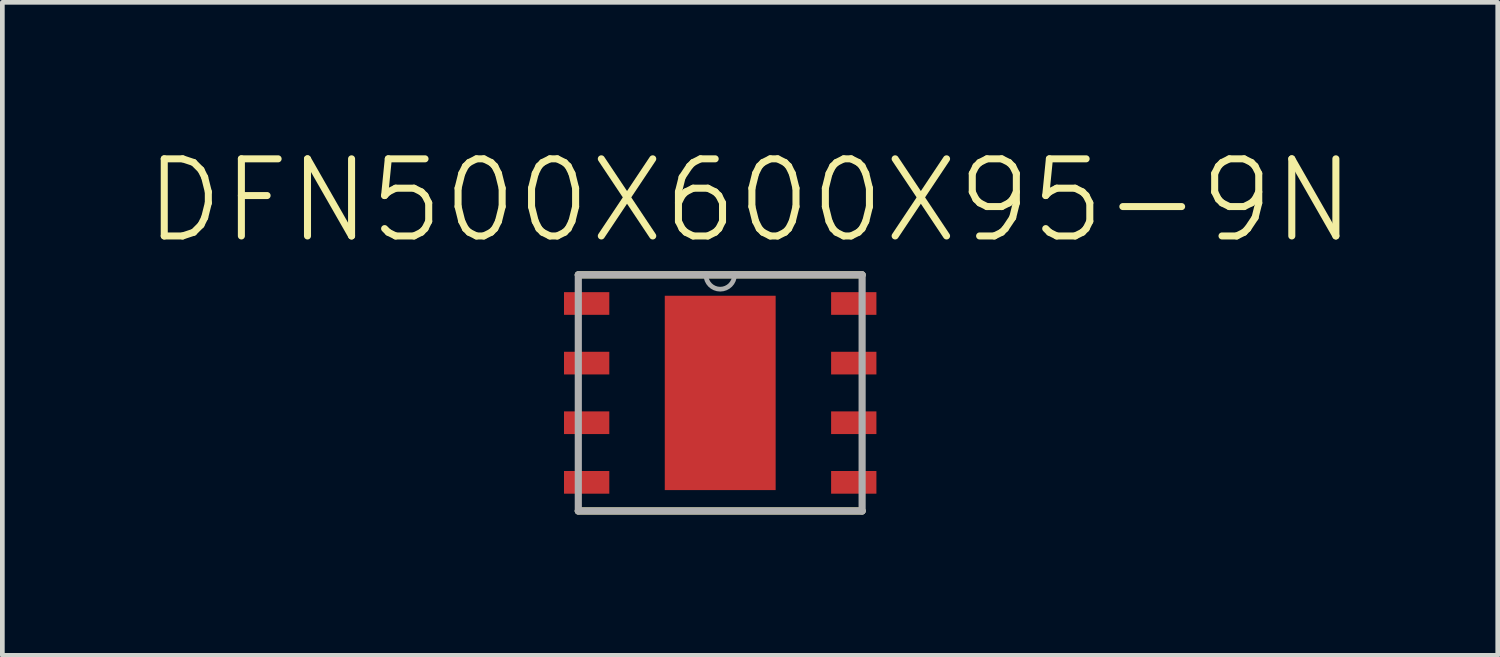
<source format=kicad_pcb>
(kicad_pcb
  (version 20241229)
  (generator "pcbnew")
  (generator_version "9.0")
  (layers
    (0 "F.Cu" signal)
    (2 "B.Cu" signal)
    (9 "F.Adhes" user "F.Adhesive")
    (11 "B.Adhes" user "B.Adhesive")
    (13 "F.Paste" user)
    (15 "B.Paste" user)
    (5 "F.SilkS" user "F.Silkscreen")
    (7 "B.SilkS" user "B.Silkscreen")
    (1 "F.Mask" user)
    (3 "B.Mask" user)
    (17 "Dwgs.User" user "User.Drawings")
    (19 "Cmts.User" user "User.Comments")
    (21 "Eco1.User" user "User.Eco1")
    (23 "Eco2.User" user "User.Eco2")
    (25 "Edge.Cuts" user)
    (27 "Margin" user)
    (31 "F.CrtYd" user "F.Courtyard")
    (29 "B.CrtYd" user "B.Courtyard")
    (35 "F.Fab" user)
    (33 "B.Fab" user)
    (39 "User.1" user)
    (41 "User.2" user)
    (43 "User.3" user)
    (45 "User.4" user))
  (footprint "DFN500X600X95-9N"
    (layer "F.Cu")
    (at 12.292 5.32)
    (property "Reference" "DFN500X600X95-9N" (at 0.636 -4.096 0) (layer "F.SilkS") (effects (font (size 1.643 1.643) (thickness 0.15))))
    (attr through_hole)
    (fp_line (start -3.023 2.515) (end 3.023 2.515) (stroke (width 0.152) (type solid)) (layer "F.SilkS"))
    (fp_line (start 3.023 -2.515) (end -3.023 -2.515) (stroke (width 0.152) (type solid)) (layer "F.SilkS"))
    (fp_line (start -3.023 -2.515) (end -3.023 2.515) (stroke (width 0.152) (type solid)) (layer "F.Fab"))
    (fp_line (start -3.023 2.515) (end 3.023 2.515) (stroke (width 0.152) (type solid)) (layer "F.Fab"))
    (fp_line (start -0.305 -2.515) (end -3.023 -2.515) (stroke (width 0.152) (type solid)) (layer "F.Fab"))
    (fp_line (start 0.305 -2.515) (end -0.305 -2.515) (stroke (width 0.152) (type solid)) (layer "F.Fab"))
    (fp_line (start 3.023 -2.515) (end 0.305 -2.515) (stroke (width 0.152) (type solid)) (layer "F.Fab"))
    (fp_line (start 3.023 2.515) (end 3.023 -2.515) (stroke (width 0.152) (type solid)) (layer "F.Fab"))
    (fp_arc (start 0.3048 -2.5146) (mid 0 -2.2098) (end -0.3048 -2.5146) (stroke (width 0.1) (type solid)) (layer "F.Fab"))
    (pad "1" smd rect (at -2.845 -1.905) (size 0.965 0.483) (layers "F.Cu" "F.Mask" "F.Paste"))
    (pad "2" smd rect (at -2.845 -0.635) (size 0.965 0.483) (layers "F.Cu" "F.Mask" "F.Paste"))
    (pad "3" smd rect (at -2.845 0.635) (size 0.965 0.483) (layers "F.Cu" "F.Mask" "F.Paste"))
    (pad "4" smd rect (at -2.845 1.905) (size 0.965 0.483) (layers "F.Cu" "F.Mask" "F.Paste"))
    (pad "5" smd rect (at 2.845 1.905) (size 0.965 0.483) (layers "F.Cu" "F.Mask" "F.Paste"))
    (pad "6" smd rect (at 2.845 0.635) (size 0.965 0.483) (layers "F.Cu" "F.Mask" "F.Paste"))
    (pad "7" smd rect (at 2.845 -0.635) (size 0.965 0.483) (layers "F.Cu" "F.Mask" "F.Paste"))
    (pad "8" smd rect (at 2.845 -1.905) (size 0.965 0.483) (layers "F.Cu" "F.Mask" "F.Paste"))
    (pad "9" smd rect (at 0 0) (size 2.362 4.14) (layers "F.Cu" "F.Mask" "F.Paste")))
  (gr_rect
    (start -3 -3)
    (end 28.855 10.911)
    (stroke (width 0.1) (type default))
    (fill no)
    (layer "Edge.Cuts")))
</source>
